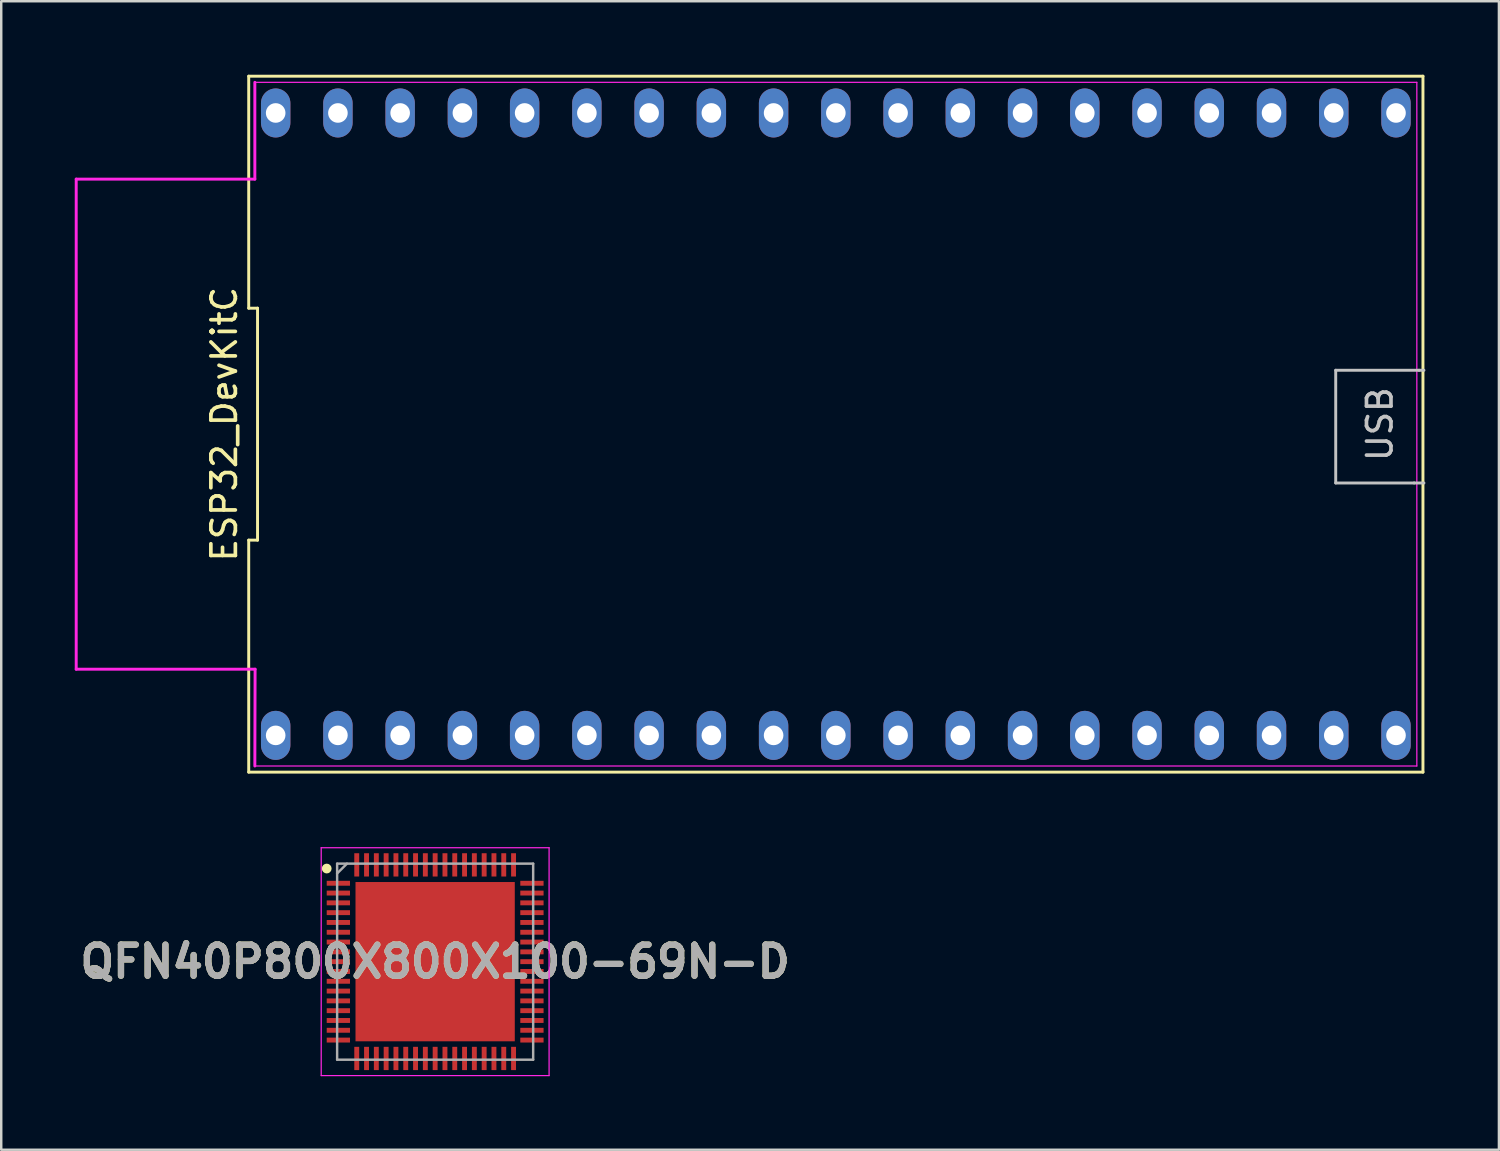
<source format=kicad_pcb>
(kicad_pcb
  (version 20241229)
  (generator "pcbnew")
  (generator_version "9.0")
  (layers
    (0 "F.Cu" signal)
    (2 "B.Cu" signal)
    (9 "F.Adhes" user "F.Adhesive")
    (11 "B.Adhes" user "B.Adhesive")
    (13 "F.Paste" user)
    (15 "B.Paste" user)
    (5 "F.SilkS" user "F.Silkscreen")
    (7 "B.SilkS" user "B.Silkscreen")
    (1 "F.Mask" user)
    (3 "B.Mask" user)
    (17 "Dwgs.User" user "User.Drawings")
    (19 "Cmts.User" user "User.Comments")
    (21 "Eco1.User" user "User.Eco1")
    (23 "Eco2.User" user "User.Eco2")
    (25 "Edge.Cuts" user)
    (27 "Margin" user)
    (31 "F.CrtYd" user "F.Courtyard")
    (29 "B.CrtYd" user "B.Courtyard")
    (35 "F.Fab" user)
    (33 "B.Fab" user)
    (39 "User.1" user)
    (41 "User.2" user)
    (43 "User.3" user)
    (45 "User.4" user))
  (footprint "ESP32_DevKitC"
    (layer "F.Cu")
    (at 31.06 14.26)
    (property "Reference" "ESP32_DevKitC" (at -24.96 0 90) (layer "F.SilkS") (effects (font (size 1 1) (thickness 0.15))))
    (attr through_hole)
    (fp_line (start -23.96 -14.2) (end -23.96 -4.733) (stroke (width 0.12) (type solid)) (layer "F.SilkS"))
    (fp_line (start -23.96 -4.733) (end -23.6 -4.733) (stroke (width 0.12) (type solid)) (layer "F.SilkS"))
    (fp_line (start -23.96 4.733) (end -23.96 14.2) (stroke (width 0.12) (type solid)) (layer "F.SilkS"))
    (fp_line (start -23.96 14.2) (end 23.96 14.2) (stroke (width 0.12) (type solid)) (layer "F.SilkS"))
    (fp_line (start -23.6 -4.733) (end -23.6 4.733) (stroke (width 0.12) (type solid)) (layer "F.SilkS"))
    (fp_line (start -23.6 4.733) (end -23.96 4.733) (stroke (width 0.12) (type solid)) (layer "F.SilkS"))
    (fp_line (start 23.96 -14.2) (end -23.96 -14.2) (stroke (width 0.12) (type solid)) (layer "F.SilkS"))
    (fp_line (start 23.96 14.2) (end 23.96 -14.2) (stroke (width 0.12) (type solid)) (layer "F.SilkS"))
    (fp_line (start 20.4 -2.2) (end 20.4 2.4) (stroke (width 0.12) (type solid)) (layer "Dwgs.User"))
    (fp_line (start 20.4 2.4) (end 23.6 2.4) (stroke (width 0.12) (type solid)) (layer "Dwgs.User"))
    (fp_line (start 23.6 2.4) (end 24 2.4) (stroke (width 0.12) (type solid)) (layer "Dwgs.User"))
    (fp_line (start 23.8 -2.2) (end 20.4 -2.2) (stroke (width 0.12) (type solid)) (layer "Dwgs.User"))
    (fp_line (start 23.8 -2.2) (end 24 -2.2) (stroke (width 0.12) (type solid)) (layer "Dwgs.User"))
    (fp_line (start -31 -10) (end -31 10) (stroke (width 0.12) (type solid)) (layer "F.CrtYd"))
    (fp_line (start -31 10) (end -23.7 10) (stroke (width 0.12) (type solid)) (layer "F.CrtYd"))
    (fp_line (start -23.71 -13.95) (end -23.71 -10) (stroke (width 0.12) (type solid)) (layer "F.CrtYd"))
    (fp_line (start -23.71 -13.95) (end 23.71 -13.95) (stroke (width 0.05) (type solid)) (layer "F.CrtYd"))
    (fp_line (start -23.71 -10) (end -31 -10) (stroke (width 0.12) (type solid)) (layer "F.CrtYd"))
    (fp_line (start -23.7 10) (end -23.71 13.95) (stroke (width 0.12) (type solid)) (layer "F.CrtYd"))
    (fp_line (start 23.71 -13.95) (end 23.71 13.95) (stroke (width 0.05) (type solid)) (layer "F.CrtYd"))
    (fp_line (start 23.71 13.95) (end -23.71 13.95) (stroke (width 0.05) (type solid)) (layer "F.CrtYd"))
    (fp_text user "USB" (at 22.2 0 90) (layer "Dwgs.User") (effects (font (size 1 1) (thickness 0.15))))
    (pad "1" thru_hole oval (at -22.86 12.7) (size 1.2 2) (drill 0.8) (layers "*.Cu" "*.Mask"))
    (pad "2" thru_hole oval (at -20.32 12.7) (size 1.2 2) (drill 0.8) (layers "*.Cu" "*.Mask"))
    (pad "3" thru_hole oval (at -17.78 12.7) (size 1.2 2) (drill 0.8) (layers "*.Cu" "*.Mask"))
    (pad "4" thru_hole oval (at -15.24 12.7) (size 1.2 2) (drill 0.8) (layers "*.Cu" "*.Mask"))
    (pad "5" thru_hole oval (at -12.7 12.7) (size 1.2 2) (drill 0.8) (layers "*.Cu" "*.Mask"))
    (pad "6" thru_hole oval (at -10.16 12.7) (size 1.2 2) (drill 0.8) (layers "*.Cu" "*.Mask"))
    (pad "7" thru_hole oval (at -7.62 12.7) (size 1.2 2) (drill 0.8) (layers "*.Cu" "*.Mask"))
    (pad "8" thru_hole oval (at -5.08 12.7) (size 1.2 2) (drill 0.8) (layers "*.Cu" "*.Mask"))
    (pad "9" thru_hole oval (at -2.54 12.7) (size 1.2 2) (drill 0.8) (layers "*.Cu" "*.Mask"))
    (pad "10" thru_hole oval (at 0 12.7) (size 1.2 2) (drill 0.8) (layers "*.Cu" "*.Mask"))
    (pad "11" thru_hole oval (at 2.54 12.7) (size 1.2 2) (drill 0.8) (layers "*.Cu" "*.Mask"))
    (pad "12" thru_hole oval (at 5.08 12.7) (size 1.2 2) (drill 0.8) (layers "*.Cu" "*.Mask"))
    (pad "13" thru_hole oval (at 7.62 12.7) (size 1.2 2) (drill 0.8) (layers "*.Cu" "*.Mask"))
    (pad "14" thru_hole oval (at 10.16 12.7) (size 1.2 2) (drill 0.8) (layers "*.Cu" "*.Mask"))
    (pad "15" thru_hole oval (at 12.7 12.7) (size 1.2 2) (drill 0.8) (layers "*.Cu" "*.Mask"))
    (pad "16" thru_hole oval (at 15.24 12.7) (size 1.2 2) (drill 0.8) (layers "*.Cu" "*.Mask"))
    (pad "17" thru_hole oval (at 17.78 12.7) (size 1.2 2) (drill 0.8) (layers "*.Cu" "*.Mask"))
    (pad "18" thru_hole oval (at 20.32 12.7) (size 1.2 2) (drill 0.8) (layers "*.Cu" "*.Mask"))
    (pad "19" thru_hole oval (at 22.86 12.7) (size 1.2 2) (drill 0.8) (layers "*.Cu" "*.Mask"))
    (pad "20" thru_hole oval (at 22.86 -12.7) (size 1.2 2) (drill 0.8) (layers "*.Cu" "*.Mask"))
    (pad "21" thru_hole oval (at 20.32 -12.7) (size 1.2 2) (drill 0.8) (layers "*.Cu" "*.Mask"))
    (pad "22" thru_hole oval (at 17.78 -12.7) (size 1.2 2) (drill 0.8) (layers "*.Cu" "*.Mask"))
    (pad "23" thru_hole oval (at 15.24 -12.7) (size 1.2 2) (drill 0.8) (layers "*.Cu" "*.Mask"))
    (pad "24" thru_hole oval (at 12.7 -12.7) (size 1.2 2) (drill 0.8) (layers "*.Cu" "*.Mask"))
    (pad "25" thru_hole oval (at 10.16 -12.7) (size 1.2 2) (drill 0.8) (layers "*.Cu" "*.Mask"))
    (pad "26" thru_hole oval (at 7.62 -12.7) (size 1.2 2) (drill 0.8) (layers "*.Cu" "*.Mask"))
    (pad "27" thru_hole oval (at 5.08 -12.7) (size 1.2 2) (drill 0.8) (layers "*.Cu" "*.Mask"))
    (pad "28" thru_hole oval (at 2.54 -12.7) (size 1.2 2) (drill 0.8) (layers "*.Cu" "*.Mask"))
    (pad "29" thru_hole oval (at 0 -12.7) (size 1.2 2) (drill 0.8) (layers "*.Cu" "*.Mask"))
    (pad "30" thru_hole oval (at -2.54 -12.7) (size 1.2 2) (drill 0.8) (layers "*.Cu" "*.Mask"))
    (pad "31" thru_hole oval (at -5.08 -12.7) (size 1.2 2) (drill 0.8) (layers "*.Cu" "*.Mask"))
    (pad "32" thru_hole oval (at -7.62 -12.7) (size 1.2 2) (drill 0.8) (layers "*.Cu" "*.Mask"))
    (pad "33" thru_hole oval (at -10.16 -12.7) (size 1.2 2) (drill 0.8) (layers "*.Cu" "*.Mask"))
    (pad "34" thru_hole oval (at -12.7 -12.7) (size 1.2 2) (drill 0.8) (layers "*.Cu" "*.Mask"))
    (pad "35" thru_hole oval (at -15.24 -12.7) (size 1.2 2) (drill 0.8) (layers "*.Cu" "*.Mask"))
    (pad "36" thru_hole oval (at -17.78 -12.7) (size 1.2 2) (drill 0.8) (layers "*.Cu" "*.Mask"))
    (pad "37" thru_hole oval (at -20.32 -12.7) (size 1.2 2) (drill 0.8) (layers "*.Cu" "*.Mask"))
    (pad "38" thru_hole oval (at -22.86 -12.7) (size 1.2 2) (drill 0.8) (layers "*.Cu" "*.Mask")))
  (footprint "QFN40P800X800X100-69N-D"
    (layer "F.Cu")
    (at 14.708 36.195)
    (property "Reference" "QFN40P800X800X100-69N-D" (at 0 0 0) (layer "F.SilkS") (effects (font (size 1.27 1.27) (thickness 0.254))))
    (attr smd)
    (fp_circle (center -4.425 -3.8) (end -4.425 -3.7) (stroke (width 0.2) (type solid)) (fill no) (layer "F.SilkS"))
    (fp_line (start -4.65 -4.65) (end 4.65 -4.65) (stroke (width 0.05) (type solid)) (layer "F.CrtYd"))
    (fp_line (start -4.65 4.65) (end -4.65 -4.65) (stroke (width 0.05) (type solid)) (layer "F.CrtYd"))
    (fp_line (start 4.65 -4.65) (end 4.65 4.65) (stroke (width 0.05) (type solid)) (layer "F.CrtYd"))
    (fp_line (start 4.65 4.65) (end -4.65 4.65) (stroke (width 0.05) (type solid)) (layer "F.CrtYd"))
    (fp_line (start -4 -4) (end 4 -4) (stroke (width 0.1) (type solid)) (layer "F.Fab"))
    (fp_line (start -4 -3.6) (end -3.6 -4) (stroke (width 0.1) (type solid)) (layer "F.Fab"))
    (fp_line (start -4 4) (end -4 -4) (stroke (width 0.1) (type solid)) (layer "F.Fab"))
    (fp_line (start 4 -4) (end 4 4) (stroke (width 0.1) (type solid)) (layer "F.Fab"))
    (fp_line (start 4 4) (end -4 4) (stroke (width 0.1) (type solid)) (layer "F.Fab"))
    (fp_text user "${REFERENCE}" (at 0 0 0) (layer "F.Fab") (effects (font (size 1.27 1.27) (thickness 0.254))))
    (pad "1" smd rect (at -3.95 -3.2 90) (size 0.2 0.95) (layers "F.Cu" "F.Mask" "F.Paste"))
    (pad "2" smd rect (at -3.95 -2.8 90) (size 0.2 0.95) (layers "F.Cu" "F.Mask" "F.Paste"))
    (pad "3" smd rect (at -3.95 -2.4 90) (size 0.2 0.95) (layers "F.Cu" "F.Mask" "F.Paste"))
    (pad "4" smd rect (at -3.95 -2 90) (size 0.2 0.95) (layers "F.Cu" "F.Mask" "F.Paste"))
    (pad "5" smd rect (at -3.95 -1.6 90) (size 0.2 0.95) (layers "F.Cu" "F.Mask" "F.Paste"))
    (pad "6" smd rect (at -3.95 -1.2 90) (size 0.2 0.95) (layers "F.Cu" "F.Mask" "F.Paste"))
    (pad "7" smd rect (at -3.95 -0.8 90) (size 0.2 0.95) (layers "F.Cu" "F.Mask" "F.Paste"))
    (pad "8" smd rect (at -3.95 -0.4 90) (size 0.2 0.95) (layers "F.Cu" "F.Mask" "F.Paste"))
    (pad "9" smd rect (at -3.95 0 90) (size 0.2 0.95) (layers "F.Cu" "F.Mask" "F.Paste"))
    (pad "10" smd rect (at -3.95 0.4 90) (size 0.2 0.95) (layers "F.Cu" "F.Mask" "F.Paste"))
    (pad "11" smd rect (at -3.95 0.8 90) (size 0.2 0.95) (layers "F.Cu" "F.Mask" "F.Paste"))
    (pad "12" smd rect (at -3.95 1.2 90) (size 0.2 0.95) (layers "F.Cu" "F.Mask" "F.Paste"))
    (pad "13" smd rect (at -3.95 1.6 90) (size 0.2 0.95) (layers "F.Cu" "F.Mask" "F.Paste"))
    (pad "14" smd rect (at -3.95 2 90) (size 0.2 0.95) (layers "F.Cu" "F.Mask" "F.Paste"))
    (pad "15" smd rect (at -3.95 2.4 90) (size 0.2 0.95) (layers "F.Cu" "F.Mask" "F.Paste"))
    (pad "16" smd rect (at -3.95 2.8 90) (size 0.2 0.95) (layers "F.Cu" "F.Mask" "F.Paste"))
    (pad "17" smd rect (at -3.95 3.2 90) (size 0.2 0.95) (layers "F.Cu" "F.Mask" "F.Paste"))
    (pad "18" smd rect (at -3.2 3.95) (size 0.2 0.95) (layers "F.Cu" "F.Mask" "F.Paste"))
    (pad "19" smd rect (at -2.8 3.95) (size 0.2 0.95) (layers "F.Cu" "F.Mask" "F.Paste"))
    (pad "20" smd rect (at -2.4 3.95) (size 0.2 0.95) (layers "F.Cu" "F.Mask" "F.Paste"))
    (pad "21" smd rect (at -2 3.95) (size 0.2 0.95) (layers "F.Cu" "F.Mask" "F.Paste"))
    (pad "22" smd rect (at -1.6 3.95) (size 0.2 0.95) (layers "F.Cu" "F.Mask" "F.Paste"))
    (pad "23" smd rect (at -1.2 3.95) (size 0.2 0.95) (layers "F.Cu" "F.Mask" "F.Paste"))
    (pad "24" smd rect (at -0.8 3.95) (size 0.2 0.95) (layers "F.Cu" "F.Mask" "F.Paste"))
    (pad "25" smd rect (at -0.4 3.95) (size 0.2 0.95) (layers "F.Cu" "F.Mask" "F.Paste"))
    (pad "26" smd rect (at 0 3.95) (size 0.2 0.95) (layers "F.Cu" "F.Mask" "F.Paste"))
    (pad "27" smd rect (at 0.4 3.95) (size 0.2 0.95) (layers "F.Cu" "F.Mask" "F.Paste"))
    (pad "28" smd rect (at 0.8 3.95) (size 0.2 0.95) (layers "F.Cu" "F.Mask" "F.Paste"))
    (pad "29" smd rect (at 1.2 3.95) (size 0.2 0.95) (layers "F.Cu" "F.Mask" "F.Paste"))
    (pad "30" smd rect (at 1.6 3.95) (size 0.2 0.95) (layers "F.Cu" "F.Mask" "F.Paste"))
    (pad "31" smd rect (at 2 3.95) (size 0.2 0.95) (layers "F.Cu" "F.Mask" "F.Paste"))
    (pad "32" smd rect (at 2.4 3.95) (size 0.2 0.95) (layers "F.Cu" "F.Mask" "F.Paste"))
    (pad "33" smd rect (at 2.8 3.95) (size 0.2 0.95) (layers "F.Cu" "F.Mask" "F.Paste"))
    (pad "34" smd rect (at 3.2 3.95) (size 0.2 0.95) (layers "F.Cu" "F.Mask" "F.Paste"))
    (pad "35" smd rect (at 3.95 3.2 90) (size 0.2 0.95) (layers "F.Cu" "F.Mask" "F.Paste"))
    (pad "36" smd rect (at 3.95 2.8 90) (size 0.2 0.95) (layers "F.Cu" "F.Mask" "F.Paste"))
    (pad "37" smd rect (at 3.95 2.4 90) (size 0.2 0.95) (layers "F.Cu" "F.Mask" "F.Paste"))
    (pad "38" smd rect (at 3.95 2 90) (size 0.2 0.95) (layers "F.Cu" "F.Mask" "F.Paste"))
    (pad "39" smd rect (at 3.95 1.6 90) (size 0.2 0.95) (layers "F.Cu" "F.Mask" "F.Paste"))
    (pad "40" smd rect (at 3.95 1.2 90) (size 0.2 0.95) (layers "F.Cu" "F.Mask" "F.Paste"))
    (pad "41" smd rect (at 3.95 0.8 90) (size 0.2 0.95) (layers "F.Cu" "F.Mask" "F.Paste"))
    (pad "42" smd rect (at 3.95 0.4 90) (size 0.2 0.95) (layers "F.Cu" "F.Mask" "F.Paste"))
    (pad "43" smd rect (at 3.95 0 90) (size 0.2 0.95) (layers "F.Cu" "F.Mask" "F.Paste"))
    (pad "44" smd rect (at 3.95 -0.4 90) (size 0.2 0.95) (layers "F.Cu" "F.Mask" "F.Paste"))
    (pad "45" smd rect (at 3.95 -0.8 90) (size 0.2 0.95) (layers "F.Cu" "F.Mask" "F.Paste"))
    (pad "46" smd rect (at 3.95 -1.2 90) (size 0.2 0.95) (layers "F.Cu" "F.Mask" "F.Paste"))
    (pad "47" smd rect (at 3.95 -1.6 90) (size 0.2 0.95) (layers "F.Cu" "F.Mask" "F.Paste"))
    (pad "48" smd rect (at 3.95 -2 90) (size 0.2 0.95) (layers "F.Cu" "F.Mask" "F.Paste"))
    (pad "49" smd rect (at 3.95 -2.4 90) (size 0.2 0.95) (layers "F.Cu" "F.Mask" "F.Paste"))
    (pad "50" smd rect (at 3.95 -2.8 90) (size 0.2 0.95) (layers "F.Cu" "F.Mask" "F.Paste"))
    (pad "51" smd rect (at 3.95 -3.2 90) (size 0.2 0.95) (layers "F.Cu" "F.Mask" "F.Paste"))
    (pad "52" smd rect (at 3.2 -3.95) (size 0.2 0.95) (layers "F.Cu" "F.Mask" "F.Paste"))
    (pad "53" smd rect (at 2.8 -3.95) (size 0.2 0.95) (layers "F.Cu" "F.Mask" "F.Paste"))
    (pad "54" smd rect (at 2.4 -3.95) (size 0.2 0.95) (layers "F.Cu" "F.Mask" "F.Paste"))
    (pad "55" smd rect (at 2 -3.95) (size 0.2 0.95) (layers "F.Cu" "F.Mask" "F.Paste"))
    (pad "56" smd rect (at 1.6 -3.95) (size 0.2 0.95) (layers "F.Cu" "F.Mask" "F.Paste"))
    (pad "57" smd rect (at 1.2 -3.95) (size 0.2 0.95) (layers "F.Cu" "F.Mask" "F.Paste"))
    (pad "58" smd rect (at 0.8 -3.95) (size 0.2 0.95) (layers "F.Cu" "F.Mask" "F.Paste"))
    (pad "59" smd rect (at 0.4 -3.95) (size 0.2 0.95) (layers "F.Cu" "F.Mask" "F.Paste"))
    (pad "60" smd rect (at 0 -3.95) (size 0.2 0.95) (layers "F.Cu" "F.Mask" "F.Paste"))
    (pad "61" smd rect (at -0.4 -3.95) (size 0.2 0.95) (layers "F.Cu" "F.Mask" "F.Paste"))
    (pad "62" smd rect (at -0.8 -3.95) (size 0.2 0.95) (layers "F.Cu" "F.Mask" "F.Paste"))
    (pad "63" smd rect (at -1.2 -3.95) (size 0.2 0.95) (layers "F.Cu" "F.Mask" "F.Paste"))
    (pad "64" smd rect (at -1.6 -3.95) (size 0.2 0.95) (layers "F.Cu" "F.Mask" "F.Paste"))
    (pad "65" smd rect (at -2 -3.95) (size 0.2 0.95) (layers "F.Cu" "F.Mask" "F.Paste"))
    (pad "66" smd rect (at -2.4 -3.95) (size 0.2 0.95) (layers "F.Cu" "F.Mask" "F.Paste"))
    (pad "67" smd rect (at -2.8 -3.95) (size 0.2 0.95) (layers "F.Cu" "F.Mask" "F.Paste"))
    (pad "68" smd rect (at -3.2 -3.95) (size 0.2 0.95) (layers "F.Cu" "F.Mask" "F.Paste"))
    (pad "69" smd rect (at 0 0) (size 6.5 6.5) (layers "F.Cu" "F.Mask" "F.Paste")))
  (gr_rect
    (start -3 -3)
    (end 58.12 43.87)
    (stroke (width 0.1) (type default))
    (fill no)
    (layer "Edge.Cuts")))
</source>
